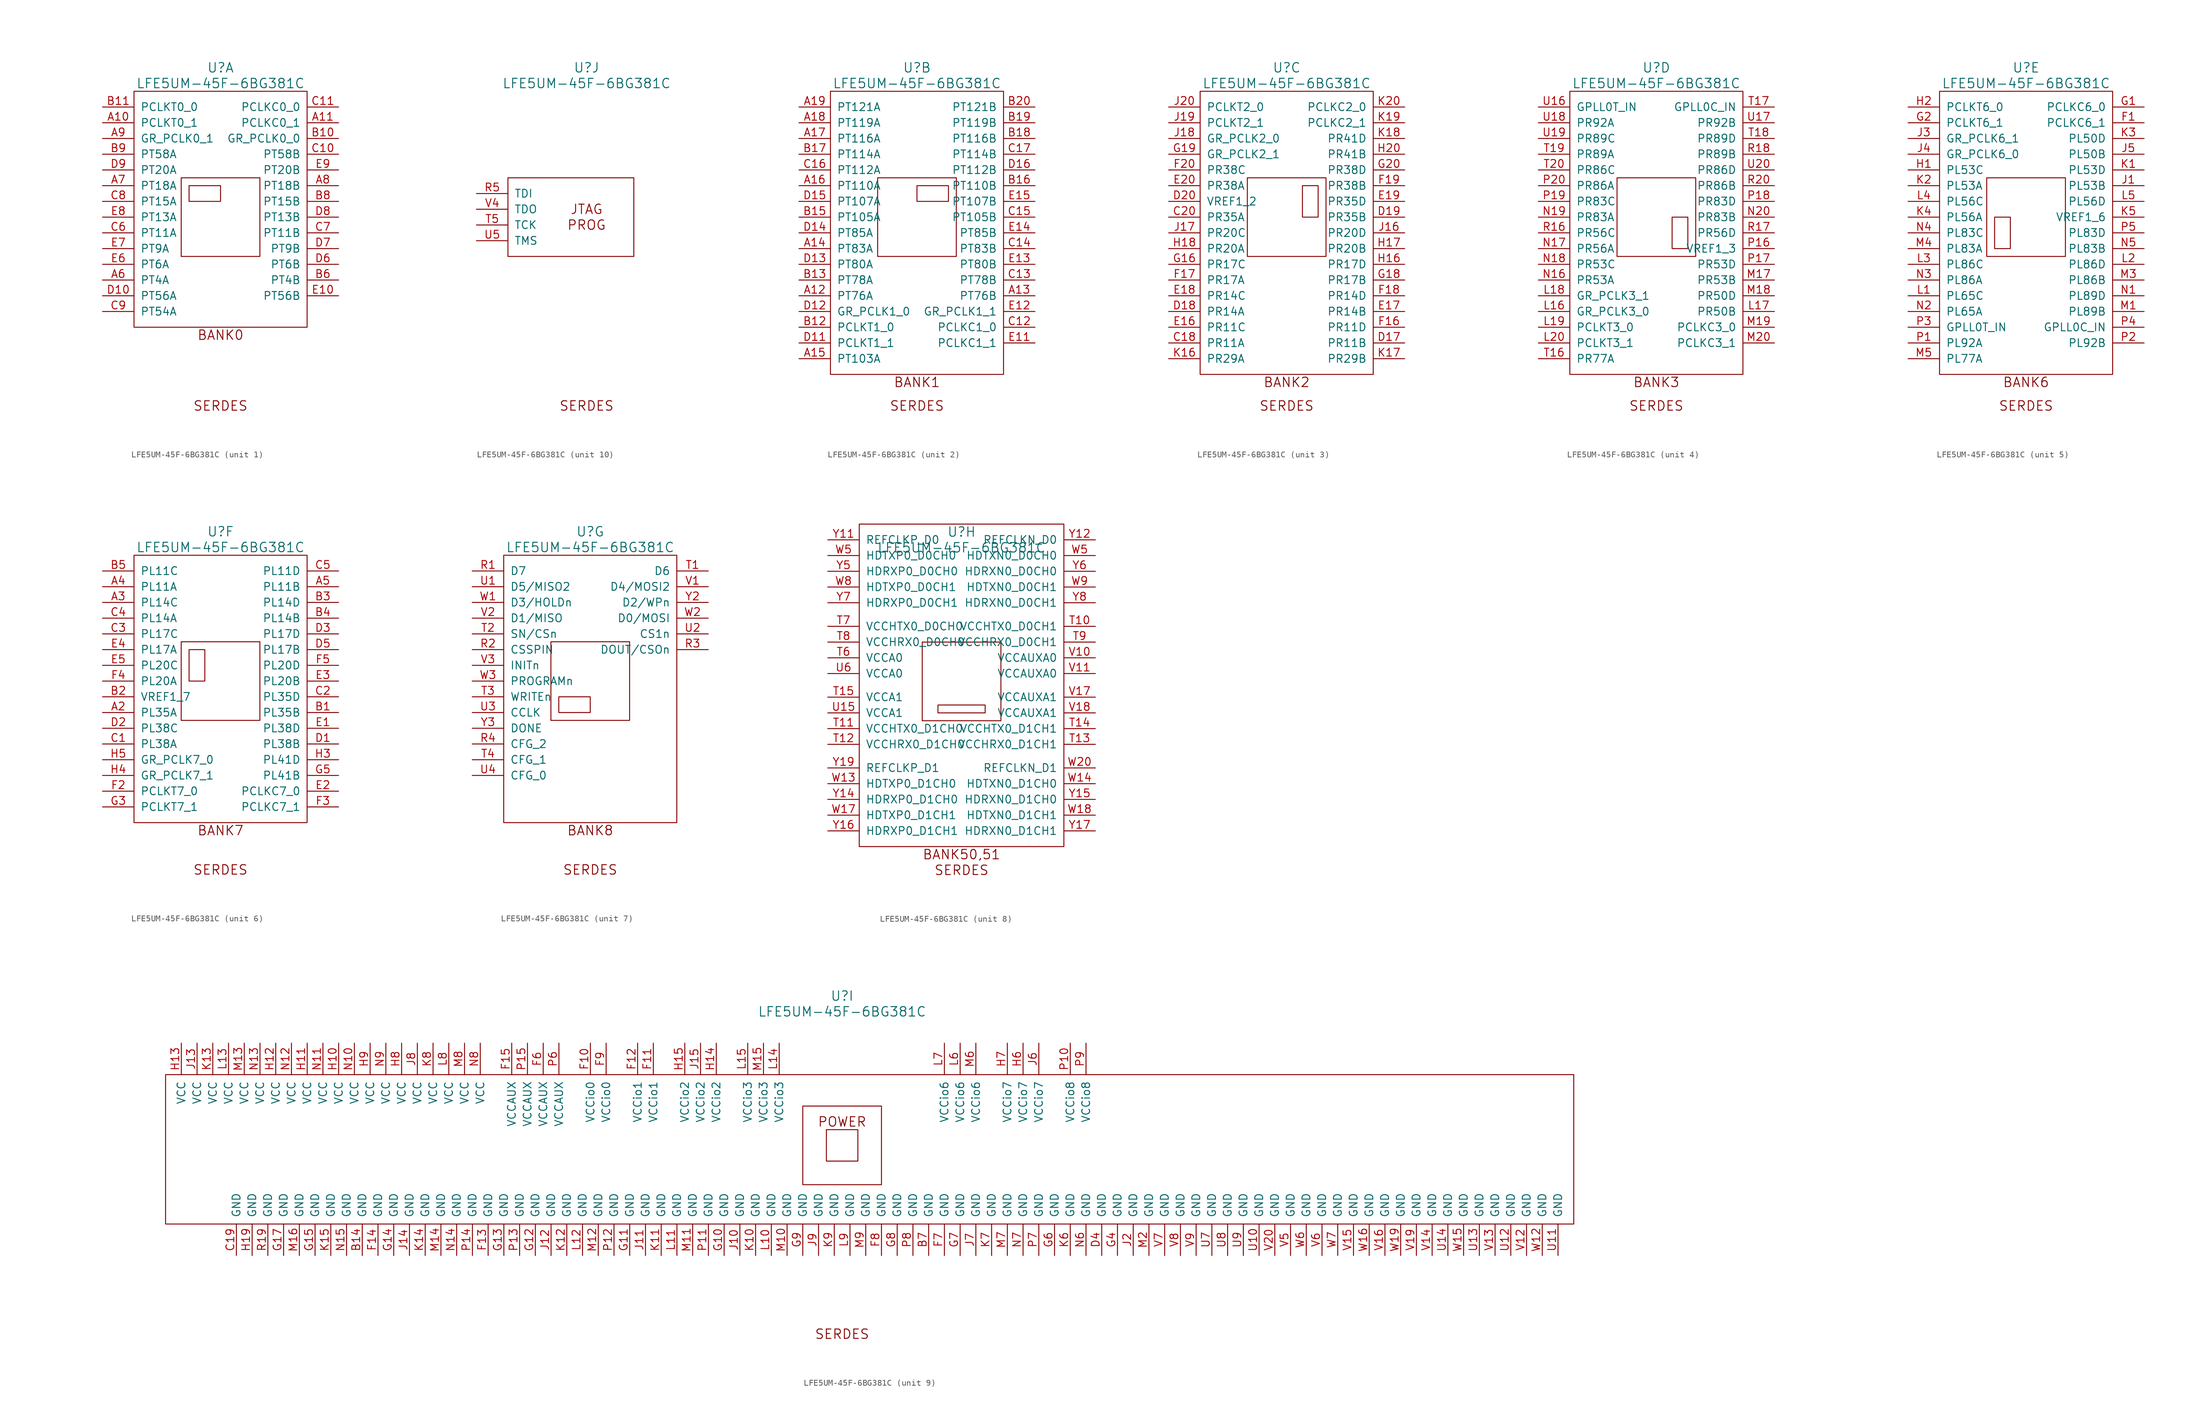
<source format=kicad_sym>
(kicad_symbol_lib
  (version 20241209)
  (generator "kicad_symbol_editor")
  (generator_version "9.0")
  (symbol "LFE5UM-45F-6BG381C"
    (pin_names
      (offset 1.016))
    (property "Reference" "U"
      (at 0 24.13 0)
      (effects (font (size 1.524 1.524))))
    (property "Value" "LFE5UM-45F-6BG381C"
      (at 0 21.59 0)
      (effects (font (size 1.524 1.524))))
    (property "Footprint" ""
      (at -26.67 24.13 0)
      (effects (font (size 1.524 1.524))))
    (property "Datasheet" ""
      (at -26.67 24.13 0)
      (effects (font (size 1.524 1.524))))
    (property "ki_locked" ""
      (at 0 0 0)
      (effects (font (size 1.27 1.27))))
    (symbol "LFE5UM-45F-6BG381C_0_0"
      (text "SERDES" (at 0 -30.48 0) (effects (font (size 1.524 1.524)))))
    (symbol "LFE5UM-45F-6BG381C_1_1"
      (rectangle (start -13.97 20.32) (end 13.97 -17.78) (stroke (width 0) (type solid)) (fill (type none)))
      (rectangle (start -6.35 6.35) (end 6.35 -6.35) (stroke (width 0) (type solid)) (fill (type none)))
      (rectangle (start -5.08 5.08) (end 0 2.54) (stroke (width 0) (type solid)) (fill (type none)))
      (text "BANK0" (at 0 -19.05 0) (effects (font (size 1.524 1.524))))
      (pin input line (at -19.05 17.78 0) (length 5.08) (name "PCLKT0_0" (effects (font (size 1.27 1.27)))) (number "B11" (effects (font (size 1.27 1.27)))))
      (pin input line (at -19.05 15.24 0) (length 5.08) (name "PCLKT0_1" (effects (font (size 1.27 1.27)))) (number "A10" (effects (font (size 1.27 1.27)))))
      (pin input line (at -19.05 12.7 0) (length 5.08) (name "GR_PCLK0_1" (effects (font (size 1.27 1.27)))) (number "A9" (effects (font (size 1.27 1.27)))))
      (pin input line (at -19.05 10.16 0) (length 5.08) (name "PT58A" (effects (font (size 1.27 1.27)))) (number "B9" (effects (font (size 1.27 1.27)))))
      (pin input line (at -19.05 7.62 0) (length 5.08) (name "PT20A" (effects (font (size 1.27 1.27)))) (number "D9" (effects (font (size 1.27 1.27)))))
      (pin input line (at -19.05 5.08 0) (length 5.08) (name "PT18A" (effects (font (size 1.27 1.27)))) (number "A7" (effects (font (size 1.27 1.27)))))
      (pin input line (at -19.05 2.54 0) (length 5.08) (name "PT15A" (effects (font (size 1.27 1.27)))) (number "C8" (effects (font (size 1.27 1.27)))))
      (pin input line (at -19.05 0 0) (length 5.08) (name "PT13A" (effects (font (size 1.27 1.27)))) (number "E8" (effects (font (size 1.27 1.27)))))
      (pin input line (at -19.05 -2.54 0) (length 5.08) (name "PT11A" (effects (font (size 1.27 1.27)))) (number "C6" (effects (font (size 1.27 1.27)))))
      (pin input line (at -19.05 -5.08 0) (length 5.08) (name "PT9A" (effects (font (size 1.27 1.27)))) (number "E7" (effects (font (size 1.27 1.27)))))
      (pin input line (at -19.05 -7.62 0) (length 5.08) (name "PT6A" (effects (font (size 1.27 1.27)))) (number "E6" (effects (font (size 1.27 1.27)))))
      (pin input line (at -19.05 -10.16 0) (length 5.08) (name "PT4A" (effects (font (size 1.27 1.27)))) (number "A6" (effects (font (size 1.27 1.27)))))
      (pin input line (at -19.05 -12.7 0) (length 5.08) (name "PT56A" (effects (font (size 1.27 1.27)))) (number "D10" (effects (font (size 1.27 1.27)))))
      (pin input line (at -19.05 -15.24 0) (length 5.08) (name "PT54A" (effects (font (size 1.27 1.27)))) (number "C9" (effects (font (size 1.27 1.27)))))
      (pin input line (at 19.05 17.78 180) (length 5.08) (name "PCLKC0_0" (effects (font (size 1.27 1.27)))) (number "C11" (effects (font (size 1.27 1.27)))))
      (pin input line (at 19.05 15.24 180) (length 5.08) (name "PCLKC0_1" (effects (font (size 1.27 1.27)))) (number "A11" (effects (font (size 1.27 1.27)))))
      (pin input line (at 19.05 12.7 180) (length 5.08) (name "GR_PCLK0_0" (effects (font (size 1.27 1.27)))) (number "B10" (effects (font (size 1.27 1.27)))))
      (pin input line (at 19.05 10.16 180) (length 5.08) (name "PT58B" (effects (font (size 1.27 1.27)))) (number "C10" (effects (font (size 1.27 1.27)))))
      (pin input line (at 19.05 7.62 180) (length 5.08) (name "PT20B" (effects (font (size 1.27 1.27)))) (number "E9" (effects (font (size 1.27 1.27)))))
      (pin input line (at 19.05 5.08 180) (length 5.08) (name "PT18B" (effects (font (size 1.27 1.27)))) (number "A8" (effects (font (size 1.27 1.27)))))
      (pin input line (at 19.05 2.54 180) (length 5.08) (name "PT15B" (effects (font (size 1.27 1.27)))) (number "B8" (effects (font (size 1.27 1.27)))))
      (pin input line (at 19.05 0 180) (length 5.08) (name "PT13B" (effects (font (size 1.27 1.27)))) (number "D8" (effects (font (size 1.27 1.27)))))
      (pin input line (at 19.05 -2.54 180) (length 5.08) (name "PT11B" (effects (font (size 1.27 1.27)))) (number "C7" (effects (font (size 1.27 1.27)))))
      (pin input line (at 19.05 -5.08 180) (length 5.08) (name "PT9B" (effects (font (size 1.27 1.27)))) (number "D7" (effects (font (size 1.27 1.27)))))
      (pin input line (at 19.05 -7.62 180) (length 5.08) (name "PT6B" (effects (font (size 1.27 1.27)))) (number "D6" (effects (font (size 1.27 1.27)))))
      (pin input line (at 19.05 -10.16 180) (length 5.08) (name "PT4B" (effects (font (size 1.27 1.27)))) (number "B6" (effects (font (size 1.27 1.27)))))
      (pin input line (at 19.05 -12.7 180) (length 5.08) (name "PT56B" (effects (font (size 1.27 1.27)))) (number "E10" (effects (font (size 1.27 1.27))))))
    (symbol "LFE5UM-45F-6BG381C_2_0"
      (text "BANK1" (at 0 -26.67 0) (effects (font (size 1.524 1.524)))))
    (symbol "LFE5UM-45F-6BG381C_2_1"
      (rectangle (start -13.97 20.32) (end 13.97 -25.4) (stroke (width 0) (type solid)) (fill (type none)))
      (rectangle (start -6.35 6.35) (end 6.35 -6.35) (stroke (width 0) (type solid)) (fill (type none)))
      (rectangle (start 0 5.08) (end 5.08 2.54) (stroke (width 0) (type solid)) (fill (type none)))
      (pin input line (at -19.05 17.78 0) (length 5.08) (name "PT121A" (effects (font (size 1.27 1.27)))) (number "A19" (effects (font (size 1.27 1.27)))))
      (pin input line (at -19.05 15.24 0) (length 5.08) (name "PT119A" (effects (font (size 1.27 1.27)))) (number "A18" (effects (font (size 1.27 1.27)))))
      (pin input line (at -19.05 12.7 0) (length 5.08) (name "PT116A" (effects (font (size 1.27 1.27)))) (number "A17" (effects (font (size 1.27 1.27)))))
      (pin input line (at -19.05 10.16 0) (length 5.08) (name "PT114A" (effects (font (size 1.27 1.27)))) (number "B17" (effects (font (size 1.27 1.27)))))
      (pin input line (at -19.05 7.62 0) (length 5.08) (name "PT112A" (effects (font (size 1.27 1.27)))) (number "C16" (effects (font (size 1.27 1.27)))))
      (pin input line (at -19.05 5.08 0) (length 5.08) (name "PT110A" (effects (font (size 1.27 1.27)))) (number "A16" (effects (font (size 1.27 1.27)))))
      (pin input line (at -19.05 2.54 0) (length 5.08) (name "PT107A" (effects (font (size 1.27 1.27)))) (number "D15" (effects (font (size 1.27 1.27)))))
      (pin input line (at -19.05 0 0) (length 5.08) (name "PT105A" (effects (font (size 1.27 1.27)))) (number "B15" (effects (font (size 1.27 1.27)))))
      (pin input line (at -19.05 -2.54 0) (length 5.08) (name "PT85A" (effects (font (size 1.27 1.27)))) (number "D14" (effects (font (size 1.27 1.27)))))
      (pin input line (at -19.05 -5.08 0) (length 5.08) (name "PT83A" (effects (font (size 1.27 1.27)))) (number "A14" (effects (font (size 1.27 1.27)))))
      (pin input line (at -19.05 -7.62 0) (length 5.08) (name "PT80A" (effects (font (size 1.27 1.27)))) (number "D13" (effects (font (size 1.27 1.27)))))
      (pin input line (at -19.05 -10.16 0) (length 5.08) (name "PT78A" (effects (font (size 1.27 1.27)))) (number "B13" (effects (font (size 1.27 1.27)))))
      (pin input line (at -19.05 -12.7 0) (length 5.08) (name "PT76A" (effects (font (size 1.27 1.27)))) (number "A12" (effects (font (size 1.27 1.27)))))
      (pin input line (at -19.05 -15.24 0) (length 5.08) (name "GR_PCLK1_0" (effects (font (size 1.27 1.27)))) (number "D12" (effects (font (size 1.27 1.27)))))
      (pin input line (at -19.05 -17.78 0) (length 5.08) (name "PCLKT1_0" (effects (font (size 1.27 1.27)))) (number "B12" (effects (font (size 1.27 1.27)))))
      (pin input line (at -19.05 -20.32 0) (length 5.08) (name "PCLKT1_1" (effects (font (size 1.27 1.27)))) (number "D11" (effects (font (size 1.27 1.27)))))
      (pin input line (at -19.05 -22.86 0) (length 5.08) (name "PT103A" (effects (font (size 1.27 1.27)))) (number "A15" (effects (font (size 1.27 1.27)))))
      (pin input line (at 19.05 17.78 180) (length 5.08) (name "PT121B" (effects (font (size 1.27 1.27)))) (number "B20" (effects (font (size 1.27 1.27)))))
      (pin input line (at 19.05 15.24 180) (length 5.08) (name "PT119B" (effects (font (size 1.27 1.27)))) (number "B19" (effects (font (size 1.27 1.27)))))
      (pin input line (at 19.05 12.7 180) (length 5.08) (name "PT116B" (effects (font (size 1.27 1.27)))) (number "B18" (effects (font (size 1.27 1.27)))))
      (pin input line (at 19.05 10.16 180) (length 5.08) (name "PT114B" (effects (font (size 1.27 1.27)))) (number "C17" (effects (font (size 1.27 1.27)))))
      (pin input line (at 19.05 7.62 180) (length 5.08) (name "PT112B" (effects (font (size 1.27 1.27)))) (number "D16" (effects (font (size 1.27 1.27)))))
      (pin input line (at 19.05 5.08 180) (length 5.08) (name "PT110B" (effects (font (size 1.27 1.27)))) (number "B16" (effects (font (size 1.27 1.27)))))
      (pin input line (at 19.05 2.54 180) (length 5.08) (name "PT107B" (effects (font (size 1.27 1.27)))) (number "E15" (effects (font (size 1.27 1.27)))))
      (pin input line (at 19.05 0 180) (length 5.08) (name "PT105B" (effects (font (size 1.27 1.27)))) (number "C15" (effects (font (size 1.27 1.27)))))
      (pin input line (at 19.05 -2.54 180) (length 5.08) (name "PT85B" (effects (font (size 1.27 1.27)))) (number "E14" (effects (font (size 1.27 1.27)))))
      (pin input line (at 19.05 -5.08 180) (length 5.08) (name "PT83B" (effects (font (size 1.27 1.27)))) (number "C14" (effects (font (size 1.27 1.27)))))
      (pin input line (at 19.05 -7.62 180) (length 5.08) (name "PT80B" (effects (font (size 1.27 1.27)))) (number "E13" (effects (font (size 1.27 1.27)))))
      (pin input line (at 19.05 -10.16 180) (length 5.08) (name "PT78B" (effects (font (size 1.27 1.27)))) (number "C13" (effects (font (size 1.27 1.27)))))
      (pin input line (at 19.05 -12.7 180) (length 5.08) (name "PT76B" (effects (font (size 1.27 1.27)))) (number "A13" (effects (font (size 1.27 1.27)))))
      (pin input line (at 19.05 -15.24 180) (length 5.08) (name "GR_PCLK1_1" (effects (font (size 1.27 1.27)))) (number "E12" (effects (font (size 1.27 1.27)))))
      (pin input line (at 19.05 -17.78 180) (length 5.08) (name "PCLKC1_0" (effects (font (size 1.27 1.27)))) (number "C12" (effects (font (size 1.27 1.27)))))
      (pin input line (at 19.05 -20.32 180) (length 5.08) (name "PCLKC1_1" (effects (font (size 1.27 1.27)))) (number "E11" (effects (font (size 1.27 1.27))))))
    (symbol "LFE5UM-45F-6BG381C_3_0"
      (text "BANK2" (at 0 -26.67 0) (effects (font (size 1.524 1.524)))))
    (symbol "LFE5UM-45F-6BG381C_3_1"
      (rectangle (start -13.97 20.32) (end 13.97 -25.4) (stroke (width 0) (type solid)) (fill (type none)))
      (rectangle (start -6.35 6.35) (end 6.35 -6.35) (stroke (width 0) (type solid)) (fill (type none)))
      (rectangle (start 5.08 5.08) (end 2.54 0) (stroke (width 0) (type solid)) (fill (type none)))
      (pin input line (at -19.05 17.78 0) (length 5.08) (name "PCLKT2_0" (effects (font (size 1.27 1.27)))) (number "J20" (effects (font (size 1.27 1.27)))))
      (pin input line (at -19.05 15.24 0) (length 5.08) (name "PCLKT2_1" (effects (font (size 1.27 1.27)))) (number "J19" (effects (font (size 1.27 1.27)))))
      (pin input line (at -19.05 12.7 0) (length 5.08) (name "GR_PCLK2_0" (effects (font (size 1.27 1.27)))) (number "J18" (effects (font (size 1.27 1.27)))))
      (pin input line (at -19.05 10.16 0) (length 5.08) (name "GR_PCLK2_1" (effects (font (size 1.27 1.27)))) (number "G19" (effects (font (size 1.27 1.27)))))
      (pin input line (at -19.05 7.62 0) (length 5.08) (name "PR38C" (effects (font (size 1.27 1.27)))) (number "F20" (effects (font (size 1.27 1.27)))))
      (pin input line (at -19.05 5.08 0) (length 5.08) (name "PR38A" (effects (font (size 1.27 1.27)))) (number "E20" (effects (font (size 1.27 1.27)))))
      (pin input line (at -19.05 2.54 0) (length 5.08) (name "VREF1_2" (effects (font (size 1.27 1.27)))) (number "D20" (effects (font (size 1.27 1.27)))))
      (pin input line (at -19.05 0 0) (length 5.08) (name "PR35A" (effects (font (size 1.27 1.27)))) (number "C20" (effects (font (size 1.27 1.27)))))
      (pin input line (at -19.05 -2.54 0) (length 5.08) (name "PR20C" (effects (font (size 1.27 1.27)))) (number "J17" (effects (font (size 1.27 1.27)))))
      (pin input line (at -19.05 -5.08 0) (length 5.08) (name "PR20A" (effects (font (size 1.27 1.27)))) (number "H18" (effects (font (size 1.27 1.27)))))
      (pin input line (at -19.05 -7.62 0) (length 5.08) (name "PR17C" (effects (font (size 1.27 1.27)))) (number "G16" (effects (font (size 1.27 1.27)))))
      (pin input line (at -19.05 -10.16 0) (length 5.08) (name "PR17A" (effects (font (size 1.27 1.27)))) (number "F17" (effects (font (size 1.27 1.27)))))
      (pin input line (at -19.05 -12.7 0) (length 5.08) (name "PR14C" (effects (font (size 1.27 1.27)))) (number "E18" (effects (font (size 1.27 1.27)))))
      (pin input line (at -19.05 -15.24 0) (length 5.08) (name "PR14A" (effects (font (size 1.27 1.27)))) (number "D18" (effects (font (size 1.27 1.27)))))
      (pin input line (at -19.05 -17.78 0) (length 5.08) (name "PR11C" (effects (font (size 1.27 1.27)))) (number "E16" (effects (font (size 1.27 1.27)))))
      (pin input line (at -19.05 -20.32 0) (length 5.08) (name "PR11A" (effects (font (size 1.27 1.27)))) (number "C18" (effects (font (size 1.27 1.27)))))
      (pin input line (at -19.05 -22.86 0) (length 5.08) (name "PR29A" (effects (font (size 1.27 1.27)))) (number "K16" (effects (font (size 1.27 1.27)))))
      (pin input line (at 19.05 17.78 180) (length 5.08) (name "PCLKC2_0" (effects (font (size 1.27 1.27)))) (number "K20" (effects (font (size 1.27 1.27)))))
      (pin input line (at 19.05 15.24 180) (length 5.08) (name "PCLKC2_1" (effects (font (size 1.27 1.27)))) (number "K19" (effects (font (size 1.27 1.27)))))
      (pin input line (at 19.05 12.7 180) (length 5.08) (name "PR41D" (effects (font (size 1.27 1.27)))) (number "K18" (effects (font (size 1.27 1.27)))))
      (pin input line (at 19.05 10.16 180) (length 5.08) (name "PR41B" (effects (font (size 1.27 1.27)))) (number "H20" (effects (font (size 1.27 1.27)))))
      (pin input line (at 19.05 7.62 180) (length 5.08) (name "PR38D" (effects (font (size 1.27 1.27)))) (number "G20" (effects (font (size 1.27 1.27)))))
      (pin input line (at 19.05 5.08 180) (length 5.08) (name "PR38B" (effects (font (size 1.27 1.27)))) (number "F19" (effects (font (size 1.27 1.27)))))
      (pin input line (at 19.05 2.54 180) (length 5.08) (name "PR35D" (effects (font (size 1.27 1.27)))) (number "E19" (effects (font (size 1.27 1.27)))))
      (pin input line (at 19.05 0 180) (length 5.08) (name "PR35B" (effects (font (size 1.27 1.27)))) (number "D19" (effects (font (size 1.27 1.27)))))
      (pin input line (at 19.05 -2.54 180) (length 5.08) (name "PR20D" (effects (font (size 1.27 1.27)))) (number "J16" (effects (font (size 1.27 1.27)))))
      (pin input line (at 19.05 -5.08 180) (length 5.08) (name "PR20B" (effects (font (size 1.27 1.27)))) (number "H17" (effects (font (size 1.27 1.27)))))
      (pin input line (at 19.05 -7.62 180) (length 5.08) (name "PR17D" (effects (font (size 1.27 1.27)))) (number "H16" (effects (font (size 1.27 1.27)))))
      (pin input line (at 19.05 -10.16 180) (length 5.08) (name "PR17B" (effects (font (size 1.27 1.27)))) (number "G18" (effects (font (size 1.27 1.27)))))
      (pin input line (at 19.05 -12.7 180) (length 5.08) (name "PR14D" (effects (font (size 1.27 1.27)))) (number "F18" (effects (font (size 1.27 1.27)))))
      (pin input line (at 19.05 -15.24 180) (length 5.08) (name "PR14B" (effects (font (size 1.27 1.27)))) (number "E17" (effects (font (size 1.27 1.27)))))
      (pin input line (at 19.05 -17.78 180) (length 5.08) (name "PR11D" (effects (font (size 1.27 1.27)))) (number "F16" (effects (font (size 1.27 1.27)))))
      (pin input line (at 19.05 -20.32 180) (length 5.08) (name "PR11B" (effects (font (size 1.27 1.27)))) (number "D17" (effects (font (size 1.27 1.27)))))
      (pin input line (at 19.05 -22.86 180) (length 5.08) (name "PR29B" (effects (font (size 1.27 1.27)))) (number "K17" (effects (font (size 1.27 1.27))))))
    (symbol "LFE5UM-45F-6BG381C_4_0"
      (text "BANK3" (at 0 -26.67 0) (effects (font (size 1.524 1.524)))))
    (symbol "LFE5UM-45F-6BG381C_4_1"
      (rectangle (start -13.97 20.32) (end 13.97 -25.4) (stroke (width 0) (type solid)) (fill (type none)))
      (rectangle (start -6.35 6.35) (end 6.35 -6.35) (stroke (width 0) (type solid)) (fill (type none)))
      (rectangle (start 2.54 0) (end 5.08 -5.08) (stroke (width 0) (type solid)) (fill (type none)))
      (pin input line (at -19.05 17.78 0) (length 5.08) (name "GPLL0T_IN" (effects (font (size 1.27 1.27)))) (number "U16" (effects (font (size 1.27 1.27)))))
      (pin input line (at -19.05 15.24 0) (length 5.08) (name "PR92A" (effects (font (size 1.27 1.27)))) (number "U18" (effects (font (size 1.27 1.27)))))
      (pin input line (at -19.05 12.7 0) (length 5.08) (name "PR89C" (effects (font (size 1.27 1.27)))) (number "U19" (effects (font (size 1.27 1.27)))))
      (pin input line (at -19.05 10.16 0) (length 5.08) (name "PR89A" (effects (font (size 1.27 1.27)))) (number "T19" (effects (font (size 1.27 1.27)))))
      (pin input line (at -19.05 7.62 0) (length 5.08) (name "PR86C" (effects (font (size 1.27 1.27)))) (number "T20" (effects (font (size 1.27 1.27)))))
      (pin input line (at -19.05 5.08 0) (length 5.08) (name "PR86A" (effects (font (size 1.27 1.27)))) (number "P20" (effects (font (size 1.27 1.27)))))
      (pin input line (at -19.05 2.54 0) (length 5.08) (name "PR83C" (effects (font (size 1.27 1.27)))) (number "P19" (effects (font (size 1.27 1.27)))))
      (pin input line (at -19.05 0 0) (length 5.08) (name "PR83A" (effects (font (size 1.27 1.27)))) (number "N19" (effects (font (size 1.27 1.27)))))
      (pin input line (at -19.05 -2.54 0) (length 5.08) (name "PR56C" (effects (font (size 1.27 1.27)))) (number "R16" (effects (font (size 1.27 1.27)))))
      (pin input line (at -19.05 -5.08 0) (length 5.08) (name "PR56A" (effects (font (size 1.27 1.27)))) (number "N17" (effects (font (size 1.27 1.27)))))
      (pin input line (at -19.05 -7.62 0) (length 5.08) (name "PR53C" (effects (font (size 1.27 1.27)))) (number "N18" (effects (font (size 1.27 1.27)))))
      (pin input line (at -19.05 -10.16 0) (length 5.08) (name "PR53A" (effects (font (size 1.27 1.27)))) (number "N16" (effects (font (size 1.27 1.27)))))
      (pin input line (at -19.05 -12.7 0) (length 5.08) (name "GR_PCLK3_1" (effects (font (size 1.27 1.27)))) (number "L18" (effects (font (size 1.27 1.27)))))
      (pin input line (at -19.05 -15.24 0) (length 5.08) (name "GR_PCLK3_0" (effects (font (size 1.27 1.27)))) (number "L16" (effects (font (size 1.27 1.27)))))
      (pin input line (at -19.05 -17.78 0) (length 5.08) (name "PCLKT3_0" (effects (font (size 1.27 1.27)))) (number "L19" (effects (font (size 1.27 1.27)))))
      (pin input line (at -19.05 -20.32 0) (length 5.08) (name "PCLKT3_1" (effects (font (size 1.27 1.27)))) (number "L20" (effects (font (size 1.27 1.27)))))
      (pin input line (at -19.05 -22.86 0) (length 5.08) (name "PR77A" (effects (font (size 1.27 1.27)))) (number "T16" (effects (font (size 1.27 1.27)))))
      (pin input line (at 19.05 17.78 180) (length 5.08) (name "GPLL0C_IN" (effects (font (size 1.27 1.27)))) (number "T17" (effects (font (size 1.27 1.27)))))
      (pin input line (at 19.05 15.24 180) (length 5.08) (name "PR92B" (effects (font (size 1.27 1.27)))) (number "U17" (effects (font (size 1.27 1.27)))))
      (pin input line (at 19.05 12.7 180) (length 5.08) (name "PR89D" (effects (font (size 1.27 1.27)))) (number "T18" (effects (font (size 1.27 1.27)))))
      (pin input line (at 19.05 10.16 180) (length 5.08) (name "PR89B" (effects (font (size 1.27 1.27)))) (number "R18" (effects (font (size 1.27 1.27)))))
      (pin input line (at 19.05 7.62 180) (length 5.08) (name "PR86D" (effects (font (size 1.27 1.27)))) (number "U20" (effects (font (size 1.27 1.27)))))
      (pin input line (at 19.05 5.08 180) (length 5.08) (name "PR86B" (effects (font (size 1.27 1.27)))) (number "R20" (effects (font (size 1.27 1.27)))))
      (pin input line (at 19.05 2.54 180) (length 5.08) (name "PR83D" (effects (font (size 1.27 1.27)))) (number "P18" (effects (font (size 1.27 1.27)))))
      (pin input line (at 19.05 0 180) (length 5.08) (name "PR83B" (effects (font (size 1.27 1.27)))) (number "N20" (effects (font (size 1.27 1.27)))))
      (pin input line (at 19.05 -2.54 180) (length 5.08) (name "PR56D" (effects (font (size 1.27 1.27)))) (number "R17" (effects (font (size 1.27 1.27)))))
      (pin input line (at 19.05 -5.08 180) (length 5.08) (name "VREF1_3" (effects (font (size 1.27 1.27)))) (number "P16" (effects (font (size 1.27 1.27)))))
      (pin input line (at 19.05 -7.62 180) (length 5.08) (name "PR53D" (effects (font (size 1.27 1.27)))) (number "P17" (effects (font (size 1.27 1.27)))))
      (pin input line (at 19.05 -10.16 180) (length 5.08) (name "PR53B" (effects (font (size 1.27 1.27)))) (number "M17" (effects (font (size 1.27 1.27)))))
      (pin input line (at 19.05 -12.7 180) (length 5.08) (name "PR50D" (effects (font (size 1.27 1.27)))) (number "M18" (effects (font (size 1.27 1.27)))))
      (pin input line (at 19.05 -15.24 180) (length 5.08) (name "PR50B" (effects (font (size 1.27 1.27)))) (number "L17" (effects (font (size 1.27 1.27)))))
      (pin input line (at 19.05 -17.78 180) (length 5.08) (name "PCLKC3_0" (effects (font (size 1.27 1.27)))) (number "M19" (effects (font (size 1.27 1.27)))))
      (pin input line (at 19.05 -20.32 180) (length 5.08) (name "PCLKC3_1" (effects (font (size 1.27 1.27)))) (number "M20" (effects (font (size 1.27 1.27))))))
    (symbol "LFE5UM-45F-6BG381C_5_0"
      (text "BANK6" (at 0 -26.67 0) (effects (font (size 1.524 1.524)))))
    (symbol "LFE5UM-45F-6BG381C_5_1"
      (rectangle (start -13.97 20.32) (end 13.97 -25.4) (stroke (width 0) (type solid)) (fill (type none)))
      (rectangle (start -6.35 6.35) (end 6.35 -6.35) (stroke (width 0) (type solid)) (fill (type none)))
      (rectangle (start -5.08 0) (end -2.54 -5.08) (stroke (width 0) (type solid)) (fill (type none)))
      (pin input line (at -19.05 17.78 0) (length 5.08) (name "PCLKT6_0" (effects (font (size 1.27 1.27)))) (number "H2" (effects (font (size 1.27 1.27)))))
      (pin input line (at -19.05 15.24 0) (length 5.08) (name "PCLKT6_1" (effects (font (size 1.27 1.27)))) (number "G2" (effects (font (size 1.27 1.27)))))
      (pin input line (at -19.05 12.7 0) (length 5.08) (name "GR_PCLK6_1" (effects (font (size 1.27 1.27)))) (number "J3" (effects (font (size 1.27 1.27)))))
      (pin input line (at -19.05 10.16 0) (length 5.08) (name "GR_PCLK6_0" (effects (font (size 1.27 1.27)))) (number "J4" (effects (font (size 1.27 1.27)))))
      (pin input line (at -19.05 7.62 0) (length 5.08) (name "PL53C" (effects (font (size 1.27 1.27)))) (number "H1" (effects (font (size 1.27 1.27)))))
      (pin input line (at -19.05 5.08 0) (length 5.08) (name "PL53A" (effects (font (size 1.27 1.27)))) (number "K2" (effects (font (size 1.27 1.27)))))
      (pin input line (at -19.05 2.54 0) (length 5.08) (name "PL56C" (effects (font (size 1.27 1.27)))) (number "L4" (effects (font (size 1.27 1.27)))))
      (pin input line (at -19.05 0 0) (length 5.08) (name "PL56A" (effects (font (size 1.27 1.27)))) (number "K4" (effects (font (size 1.27 1.27)))))
      (pin input line (at -19.05 -2.54 0) (length 5.08) (name "PL83C" (effects (font (size 1.27 1.27)))) (number "N4" (effects (font (size 1.27 1.27)))))
      (pin input line (at -19.05 -5.08 0) (length 5.08) (name "PL83A" (effects (font (size 1.27 1.27)))) (number "M4" (effects (font (size 1.27 1.27)))))
      (pin input line (at -19.05 -7.62 0) (length 5.08) (name "PL86C" (effects (font (size 1.27 1.27)))) (number "L3" (effects (font (size 1.27 1.27)))))
      (pin input line (at -19.05 -10.16 0) (length 5.08) (name "PL86A" (effects (font (size 1.27 1.27)))) (number "N3" (effects (font (size 1.27 1.27)))))
      (pin input line (at -19.05 -12.7 0) (length 5.08) (name "PL65C" (effects (font (size 1.27 1.27)))) (number "L1" (effects (font (size 1.27 1.27)))))
      (pin input line (at -19.05 -15.24 0) (length 5.08) (name "PL65A" (effects (font (size 1.27 1.27)))) (number "N2" (effects (font (size 1.27 1.27)))))
      (pin input line (at -19.05 -17.78 0) (length 5.08) (name "GPLL0T_IN" (effects (font (size 1.27 1.27)))) (number "P3" (effects (font (size 1.27 1.27)))))
      (pin input line (at -19.05 -20.32 0) (length 5.08) (name "PL92A" (effects (font (size 1.27 1.27)))) (number "P1" (effects (font (size 1.27 1.27)))))
      (pin input line (at -19.05 -22.86 0) (length 5.08) (name "PL77A" (effects (font (size 1.27 1.27)))) (number "M5" (effects (font (size 1.27 1.27)))))
      (pin input line (at 19.05 17.78 180) (length 5.08) (name "PCLKC6_0" (effects (font (size 1.27 1.27)))) (number "G1" (effects (font (size 1.27 1.27)))))
      (pin input line (at 19.05 15.24 180) (length 5.08) (name "PCLKC6_1" (effects (font (size 1.27 1.27)))) (number "F1" (effects (font (size 1.27 1.27)))))
      (pin input line (at 19.05 12.7 180) (length 5.08) (name "PL50D" (effects (font (size 1.27 1.27)))) (number "K3" (effects (font (size 1.27 1.27)))))
      (pin input line (at 19.05 10.16 180) (length 5.08) (name "PL50B" (effects (font (size 1.27 1.27)))) (number "J5" (effects (font (size 1.27 1.27)))))
      (pin input line (at 19.05 7.62 180) (length 5.08) (name "PL53D" (effects (font (size 1.27 1.27)))) (number "K1" (effects (font (size 1.27 1.27)))))
      (pin input line (at 19.05 5.08 180) (length 5.08) (name "PL53B" (effects (font (size 1.27 1.27)))) (number "J1" (effects (font (size 1.27 1.27)))))
      (pin input line (at 19.05 2.54 180) (length 5.08) (name "PL56D" (effects (font (size 1.27 1.27)))) (number "L5" (effects (font (size 1.27 1.27)))))
      (pin input line (at 19.05 0 180) (length 5.08) (name "VREF1_6" (effects (font (size 1.27 1.27)))) (number "K5" (effects (font (size 1.27 1.27)))))
      (pin input line (at 19.05 -2.54 180) (length 5.08) (name "PL83D" (effects (font (size 1.27 1.27)))) (number "P5" (effects (font (size 1.27 1.27)))))
      (pin input line (at 19.05 -5.08 180) (length 5.08) (name "PL83B" (effects (font (size 1.27 1.27)))) (number "N5" (effects (font (size 1.27 1.27)))))
      (pin input line (at 19.05 -7.62 180) (length 5.08) (name "PL86D" (effects (font (size 1.27 1.27)))) (number "L2" (effects (font (size 1.27 1.27)))))
      (pin input line (at 19.05 -10.16 180) (length 5.08) (name "PL86B" (effects (font (size 1.27 1.27)))) (number "M3" (effects (font (size 1.27 1.27)))))
      (pin input line (at 19.05 -12.7 180) (length 5.08) (name "PL89D" (effects (font (size 1.27 1.27)))) (number "N1" (effects (font (size 1.27 1.27)))))
      (pin input line (at 19.05 -15.24 180) (length 5.08) (name "PL89B" (effects (font (size 1.27 1.27)))) (number "M1" (effects (font (size 1.27 1.27)))))
      (pin input line (at 19.05 -17.78 180) (length 5.08) (name "GPLL0C_IN" (effects (font (size 1.27 1.27)))) (number "P4" (effects (font (size 1.27 1.27)))))
      (pin input line (at 19.05 -20.32 180) (length 5.08) (name "PL92B" (effects (font (size 1.27 1.27)))) (number "P2" (effects (font (size 1.27 1.27))))))
    (symbol "LFE5UM-45F-6BG381C_6_0"
      (text "BANK7" (at 0 -24.13 0) (effects (font (size 1.524 1.524)))))
    (symbol "LFE5UM-45F-6BG381C_6_1"
      (rectangle (start -13.97 20.32) (end 13.97 -22.86) (stroke (width 0) (type solid)) (fill (type none)))
      (rectangle (start -6.35 6.35) (end 6.35 -6.35) (stroke (width 0) (type solid)) (fill (type none)))
      (rectangle (start -5.08 5.08) (end -2.54 0) (stroke (width 0) (type solid)) (fill (type none)))
      (pin input line (at -19.05 17.78 0) (length 5.08) (name "PL11C" (effects (font (size 1.27 1.27)))) (number "B5" (effects (font (size 1.27 1.27)))))
      (pin input line (at -19.05 15.24 0) (length 5.08) (name "PL11A" (effects (font (size 1.27 1.27)))) (number "A4" (effects (font (size 1.27 1.27)))))
      (pin input line (at -19.05 12.7 0) (length 5.08) (name "PL14C" (effects (font (size 1.27 1.27)))) (number "A3" (effects (font (size 1.27 1.27)))))
      (pin input line (at -19.05 10.16 0) (length 5.08) (name "PL14A" (effects (font (size 1.27 1.27)))) (number "C4" (effects (font (size 1.27 1.27)))))
      (pin input line (at -19.05 7.62 0) (length 5.08) (name "PL17C" (effects (font (size 1.27 1.27)))) (number "C3" (effects (font (size 1.27 1.27)))))
      (pin input line (at -19.05 5.08 0) (length 5.08) (name "PL17A" (effects (font (size 1.27 1.27)))) (number "E4" (effects (font (size 1.27 1.27)))))
      (pin input line (at -19.05 2.54 0) (length 5.08) (name "PL20C" (effects (font (size 1.27 1.27)))) (number "E5" (effects (font (size 1.27 1.27)))))
      (pin input line (at -19.05 0 0) (length 5.08) (name "PL20A" (effects (font (size 1.27 1.27)))) (number "F4" (effects (font (size 1.27 1.27)))))
      (pin input line (at -19.05 -2.54 0) (length 5.08) (name "VREF1_7" (effects (font (size 1.27 1.27)))) (number "B2" (effects (font (size 1.27 1.27)))))
      (pin input line (at -19.05 -5.08 0) (length 5.08) (name "PL35A" (effects (font (size 1.27 1.27)))) (number "A2" (effects (font (size 1.27 1.27)))))
      (pin input line (at -19.05 -7.62 0) (length 5.08) (name "PL38C" (effects (font (size 1.27 1.27)))) (number "D2" (effects (font (size 1.27 1.27)))))
      (pin input line (at -19.05 -10.16 0) (length 5.08) (name "PL38A" (effects (font (size 1.27 1.27)))) (number "C1" (effects (font (size 1.27 1.27)))))
      (pin input line (at -19.05 -12.7 0) (length 5.08) (name "GR_PCLK7_0" (effects (font (size 1.27 1.27)))) (number "H5" (effects (font (size 1.27 1.27)))))
      (pin input line (at -19.05 -15.24 0) (length 5.08) (name "GR_PCLK7_1" (effects (font (size 1.27 1.27)))) (number "H4" (effects (font (size 1.27 1.27)))))
      (pin input line (at -19.05 -17.78 0) (length 5.08) (name "PCLKT7_0" (effects (font (size 1.27 1.27)))) (number "F2" (effects (font (size 1.27 1.27)))))
      (pin input line (at -19.05 -20.32 0) (length 5.08) (name "PCLKT7_1" (effects (font (size 1.27 1.27)))) (number "G3" (effects (font (size 1.27 1.27)))))
      (pin input line (at 19.05 17.78 180) (length 5.08) (name "PL11D" (effects (font (size 1.27 1.27)))) (number "C5" (effects (font (size 1.27 1.27)))))
      (pin input line (at 19.05 15.24 180) (length 5.08) (name "PL11B" (effects (font (size 1.27 1.27)))) (number "A5" (effects (font (size 1.27 1.27)))))
      (pin input line (at 19.05 12.7 180) (length 5.08) (name "PL14D" (effects (font (size 1.27 1.27)))) (number "B3" (effects (font (size 1.27 1.27)))))
      (pin input line (at 19.05 10.16 180) (length 5.08) (name "PL14B" (effects (font (size 1.27 1.27)))) (number "B4" (effects (font (size 1.27 1.27)))))
      (pin input line (at 19.05 7.62 180) (length 5.08) (name "PL17D" (effects (font (size 1.27 1.27)))) (number "D3" (effects (font (size 1.27 1.27)))))
      (pin input line (at 19.05 5.08 180) (length 5.08) (name "PL17B" (effects (font (size 1.27 1.27)))) (number "D5" (effects (font (size 1.27 1.27)))))
      (pin input line (at 19.05 2.54 180) (length 5.08) (name "PL20D" (effects (font (size 1.27 1.27)))) (number "F5" (effects (font (size 1.27 1.27)))))
      (pin input line (at 19.05 0 180) (length 5.08) (name "PL20B" (effects (font (size 1.27 1.27)))) (number "E3" (effects (font (size 1.27 1.27)))))
      (pin input line (at 19.05 -2.54 180) (length 5.08) (name "PL35D" (effects (font (size 1.27 1.27)))) (number "C2" (effects (font (size 1.27 1.27)))))
      (pin input line (at 19.05 -5.08 180) (length 5.08) (name "PL35B" (effects (font (size 1.27 1.27)))) (number "B1" (effects (font (size 1.27 1.27)))))
      (pin input line (at 19.05 -7.62 180) (length 5.08) (name "PL38D" (effects (font (size 1.27 1.27)))) (number "E1" (effects (font (size 1.27 1.27)))))
      (pin input line (at 19.05 -10.16 180) (length 5.08) (name "PL38B" (effects (font (size 1.27 1.27)))) (number "D1" (effects (font (size 1.27 1.27)))))
      (pin input line (at 19.05 -12.7 180) (length 5.08) (name "PL41D" (effects (font (size 1.27 1.27)))) (number "H3" (effects (font (size 1.27 1.27)))))
      (pin input line (at 19.05 -15.24 180) (length 5.08) (name "PL41B" (effects (font (size 1.27 1.27)))) (number "G5" (effects (font (size 1.27 1.27)))))
      (pin input line (at 19.05 -17.78 180) (length 5.08) (name "PCLKC7_0" (effects (font (size 1.27 1.27)))) (number "E2" (effects (font (size 1.27 1.27)))))
      (pin input line (at 19.05 -20.32 180) (length 5.08) (name "PCLKC7_1" (effects (font (size 1.27 1.27)))) (number "F3" (effects (font (size 1.27 1.27))))))
    (symbol "LFE5UM-45F-6BG381C_7_0"
      (text "BANK8" (at 0 -24.13 0) (effects (font (size 1.524 1.524)))))
    (symbol "LFE5UM-45F-6BG381C_7_1"
      (rectangle (start -13.97 20.32) (end 13.97 -22.86) (stroke (width 0) (type solid)) (fill (type none)))
      (rectangle (start -6.35 6.35) (end 6.35 -6.35) (stroke (width 0) (type solid)) (fill (type none)))
      (rectangle (start -5.08 -5.08) (end 0 -2.54) (stroke (width 0) (type solid)) (fill (type none)))
      (pin input line (at -19.05 17.78 0) (length 5.08) (name "D7" (effects (font (size 1.27 1.27)))) (number "R1" (effects (font (size 1.27 1.27)))))
      (pin input line (at -19.05 15.24 0) (length 5.08) (name "D5/MISO2" (effects (font (size 1.27 1.27)))) (number "U1" (effects (font (size 1.27 1.27)))))
      (pin input line (at -19.05 12.7 0) (length 5.08) (name "D3/HOLDn" (effects (font (size 1.27 1.27)))) (number "W1" (effects (font (size 1.27 1.27)))))
      (pin input line (at -19.05 10.16 0) (length 5.08) (name "D1/MISO" (effects (font (size 1.27 1.27)))) (number "V2" (effects (font (size 1.27 1.27)))))
      (pin input line (at -19.05 7.62 0) (length 5.08) (name "SN/CSn" (effects (font (size 1.27 1.27)))) (number "T2" (effects (font (size 1.27 1.27)))))
      (pin input line (at -19.05 5.08 0) (length 5.08) (name "CSSPIN" (effects (font (size 1.27 1.27)))) (number "R2" (effects (font (size 1.27 1.27)))))
      (pin input line (at -19.05 2.54 0) (length 5.08) (name "INITn" (effects (font (size 1.27 1.27)))) (number "V3" (effects (font (size 1.27 1.27)))))
      (pin input line (at -19.05 0 0) (length 5.08) (name "PROGRAMn" (effects (font (size 1.27 1.27)))) (number "W3" (effects (font (size 1.27 1.27)))))
      (pin input line (at -19.05 -2.54 0) (length 5.08) (name "WRITEn" (effects (font (size 1.27 1.27)))) (number "T3" (effects (font (size 1.27 1.27)))))
      (pin input line (at -19.05 -5.08 0) (length 5.08) (name "CCLK" (effects (font (size 1.27 1.27)))) (number "U3" (effects (font (size 1.27 1.27)))))
      (pin input line (at -19.05 -7.62 0) (length 5.08) (name "DONE" (effects (font (size 1.27 1.27)))) (number "Y3" (effects (font (size 1.27 1.27)))))
      (pin input line (at -19.05 -10.16 0) (length 5.08) (name "CFG_2" (effects (font (size 1.27 1.27)))) (number "R4" (effects (font (size 1.27 1.27)))))
      (pin input line (at -19.05 -12.7 0) (length 5.08) (name "CFG_1" (effects (font (size 1.27 1.27)))) (number "T4" (effects (font (size 1.27 1.27)))))
      (pin input line (at -19.05 -15.24 0) (length 5.08) (name "CFG_0" (effects (font (size 1.27 1.27)))) (number "U4" (effects (font (size 1.27 1.27)))))
      (pin input line (at 19.05 17.78 180) (length 5.08) (name "D6" (effects (font (size 1.27 1.27)))) (number "T1" (effects (font (size 1.27 1.27)))))
      (pin input line (at 19.05 15.24 180) (length 5.08) (name "D4/MOSI2" (effects (font (size 1.27 1.27)))) (number "V1" (effects (font (size 1.27 1.27)))))
      (pin input line (at 19.05 12.7 180) (length 5.08) (name "D2/WPn" (effects (font (size 1.27 1.27)))) (number "Y2" (effects (font (size 1.27 1.27)))))
      (pin input line (at 19.05 10.16 180) (length 5.08) (name "D0/MOSI" (effects (font (size 1.27 1.27)))) (number "W2" (effects (font (size 1.27 1.27)))))
      (pin input line (at 19.05 7.62 180) (length 5.08) (name "CS1n" (effects (font (size 1.27 1.27)))) (number "U2" (effects (font (size 1.27 1.27)))))
      (pin input line (at 19.05 5.08 180) (length 5.08) (name "DOUT/CSOn" (effects (font (size 1.27 1.27)))) (number "R3" (effects (font (size 1.27 1.27))))))
    (symbol "LFE5UM-45F-6BG381C_8_0"
      (text "BANK50,51" (at 0 -27.94 0) (effects (font (size 1.524 1.524)))))
    (symbol "LFE5UM-45F-6BG381C_8_1"
      (rectangle (start -16.51 25.4) (end 16.51 -26.67) (stroke (width 0) (type solid)) (fill (type none)))
      (rectangle (start -6.35 6.35) (end 6.35 -6.35) (stroke (width 0) (type solid)) (fill (type none)))
      (rectangle (start 3.81 -5.08) (end -3.81 -3.81) (stroke (width 0) (type solid)) (fill (type none)))
      (pin input line (at -21.59 22.86 0) (length 5.08) (name "REFCLKP_D0" (effects (font (size 1.27 1.27)))) (number "Y11" (effects (font (size 1.27 1.27)))))
      (pin input line (at -21.59 20.32 0) (length 5.08) (name "HDTXP0_D0CH0" (effects (font (size 1.27 1.27)))) (number "W5" (effects (font (size 1.27 1.27)))))
      (pin input line (at -21.59 17.78 0) (length 5.08) (name "HDRXP0_D0CH0" (effects (font (size 1.27 1.27)))) (number "Y5" (effects (font (size 1.27 1.27)))))
      (pin input line (at -21.59 15.24 0) (length 5.08) (name "HDTXP0_D0CH1" (effects (font (size 1.27 1.27)))) (number "W8" (effects (font (size 1.27 1.27)))))
      (pin input line (at -21.59 12.7 0) (length 5.08) (name "HDRXP0_D0CH1" (effects (font (size 1.27 1.27)))) (number "Y7" (effects (font (size 1.27 1.27)))))
      (pin input line (at -21.59 8.89 0) (length 5.08) (name "VCCHTX0_D0CH0" (effects (font (size 1.27 1.27)))) (number "T7" (effects (font (size 1.27 1.27)))))
      (pin input line (at -21.59 6.35 0) (length 5.08) (name "VCCHRX0_D0CH0" (effects (font (size 1.27 1.27)))) (number "T8" (effects (font (size 1.27 1.27)))))
      (pin input line (at -21.59 3.81 0) (length 5.08) (name "VCCA0" (effects (font (size 1.27 1.27)))) (number "T6" (effects (font (size 1.27 1.27)))))
      (pin input line (at -21.59 1.27 0) (length 5.08) (name "VCCA0" (effects (font (size 1.27 1.27)))) (number "U6" (effects (font (size 1.27 1.27)))))
      (pin input line (at -21.59 -2.54 0) (length 5.08) (name "VCCA1" (effects (font (size 1.27 1.27)))) (number "T15" (effects (font (size 1.27 1.27)))))
      (pin input line (at -21.59 -5.08 0) (length 5.08) (name "VCCA1" (effects (font (size 1.27 1.27)))) (number "U15" (effects (font (size 1.27 1.27)))))
      (pin input line (at -21.59 -7.62 0) (length 5.08) (name "VCCHTX0_D1CH0" (effects (font (size 1.27 1.27)))) (number "T11" (effects (font (size 1.27 1.27)))))
      (pin input line (at -21.59 -10.16 0) (length 5.08) (name "VCCHRX0_D1CH0" (effects (font (size 1.27 1.27)))) (number "T12" (effects (font (size 1.27 1.27)))))
      (pin input line (at -21.59 -13.97 0) (length 5.08) (name "REFCLKP_D1" (effects (font (size 1.27 1.27)))) (number "Y19" (effects (font (size 1.27 1.27)))))
      (pin input line (at -21.59 -16.51 0) (length 5.08) (name "HDTXP0_D1CH0" (effects (font (size 1.27 1.27)))) (number "W13" (effects (font (size 1.27 1.27)))))
      (pin input line (at -21.59 -19.05 0) (length 5.08) (name "HDRXP0_D1CH0" (effects (font (size 1.27 1.27)))) (number "Y14" (effects (font (size 1.27 1.27)))))
      (pin input line (at -21.59 -21.59 0) (length 5.08) (name "HDTXP0_D1CH1" (effects (font (size 1.27 1.27)))) (number "W17" (effects (font (size 1.27 1.27)))))
      (pin input line (at -21.59 -24.13 0) (length 5.08) (name "HDRXP0_D1CH1" (effects (font (size 1.27 1.27)))) (number "Y16" (effects (font (size 1.27 1.27)))))
      (pin input line (at 21.59 22.86 180) (length 5.08) (name "REFCLKN_D0" (effects (font (size 1.27 1.27)))) (number "Y12" (effects (font (size 1.27 1.27)))))
      (pin input line (at 21.59 20.32 180) (length 5.08) (name "HDTXN0_D0CH0" (effects (font (size 1.27 1.27)))) (number "W5" (effects (font (size 1.27 1.27)))))
      (pin input line (at 21.59 17.78 180) (length 5.08) (name "HDRXN0_D0CH0" (effects (font (size 1.27 1.27)))) (number "Y6" (effects (font (size 1.27 1.27)))))
      (pin input line (at 21.59 15.24 180) (length 5.08) (name "HDTXN0_D0CH1" (effects (font (size 1.27 1.27)))) (number "W9" (effects (font (size 1.27 1.27)))))
      (pin input line (at 21.59 12.7 180) (length 5.08) (name "HDRXN0_D0CH1" (effects (font (size 1.27 1.27)))) (number "Y8" (effects (font (size 1.27 1.27)))))
      (pin input line (at 21.59 8.89 180) (length 5.08) (name "VCCHTX0_D0CH1" (effects (font (size 1.27 1.27)))) (number "T10" (effects (font (size 1.27 1.27)))))
      (pin input line (at 21.59 6.35 180) (length 5.08) (name "VCCHRX0_D0CH1" (effects (font (size 1.27 1.27)))) (number "T9" (effects (font (size 1.27 1.27)))))
      (pin input line (at 21.59 3.81 180) (length 5.08) (name "VCCAUXA0" (effects (font (size 1.27 1.27)))) (number "V10" (effects (font (size 1.27 1.27)))))
      (pin input line (at 21.59 1.27 180) (length 5.08) (name "VCCAUXA0" (effects (font (size 1.27 1.27)))) (number "V11" (effects (font (size 1.27 1.27)))))
      (pin input line (at 21.59 -2.54 180) (length 5.08) (name "VCCAUXA1" (effects (font (size 1.27 1.27)))) (number "V17" (effects (font (size 1.27 1.27)))))
      (pin input line (at 21.59 -5.08 180) (length 5.08) (name "VCCAUXA1" (effects (font (size 1.27 1.27)))) (number "V18" (effects (font (size 1.27 1.27)))))
      (pin input line (at 21.59 -7.62 180) (length 5.08) (name "VCCHTX0_D1CH1" (effects (font (size 1.27 1.27)))) (number "T14" (effects (font (size 1.27 1.27)))))
      (pin input line (at 21.59 -10.16 180) (length 5.08) (name "VCCHRX0_D1CH1" (effects (font (size 1.27 1.27)))) (number "T13" (effects (font (size 1.27 1.27)))))
      (pin input line (at 21.59 -13.97 180) (length 5.08) (name "REFCLKN_D1" (effects (font (size 1.27 1.27)))) (number "W20" (effects (font (size 1.27 1.27)))))
      (pin input line (at 21.59 -16.51 180) (length 5.08) (name "HDTXN0_D1CH0" (effects (font (size 1.27 1.27)))) (number "W14" (effects (font (size 1.27 1.27)))))
      (pin input line (at 21.59 -19.05 180) (length 5.08) (name "HDRXN0_D1CH0" (effects (font (size 1.27 1.27)))) (number "Y15" (effects (font (size 1.27 1.27)))))
      (pin input line (at 21.59 -21.59 180) (length 5.08) (name "HDTXN0_D1CH1" (effects (font (size 1.27 1.27)))) (number "W18" (effects (font (size 1.27 1.27)))))
      (pin input line (at 21.59 -24.13 180) (length 5.08) (name "HDRXN0_D1CH1" (effects (font (size 1.27 1.27)))) (number "Y17" (effects (font (size 1.27 1.27))))))
    (symbol "LFE5UM-45F-6BG381C_9_1"
      (rectangle (start -109.22 11.43) (end 118.11 -12.7) (stroke (width 0) (type solid)) (fill (type none)))
      (rectangle (start -6.35 6.35) (end 6.35 -6.35) (stroke (width 0) (type solid)) (fill (type none)))
      (rectangle (start -2.54 2.54) (end 2.54 -2.54) (stroke (width 0) (type solid)) (fill (type none)))
      (text "POWER" (at 0 3.81 0) (effects (font (size 1.524 1.524))))
      (pin input line (at -106.68 16.51 270) (length 5.08) (name "VCC" (effects (font (size 1.27 1.27)))) (number "H13" (effects (font (size 1.27 1.27)))))
      (pin input line (at -104.14 16.51 270) (length 5.08) (name "VCC" (effects (font (size 1.27 1.27)))) (number "J13" (effects (font (size 1.27 1.27)))))
      (pin input line (at -101.6 16.51 270) (length 5.08) (name "VCC" (effects (font (size 1.27 1.27)))) (number "K13" (effects (font (size 1.27 1.27)))))
      (pin input line (at -99.06 16.51 270) (length 5.08) (name "VCC" (effects (font (size 1.27 1.27)))) (number "L13" (effects (font (size 1.27 1.27)))))
      (pin input line (at -97.79 -17.78 90) (length 5.08) (name "GND" (effects (font (size 1.27 1.27)))) (number "C19" (effects (font (size 1.27 1.27)))))
      (pin input line (at -96.52 16.51 270) (length 5.08) (name "VCC" (effects (font (size 1.27 1.27)))) (number "M13" (effects (font (size 1.27 1.27)))))
      (pin input line (at -95.25 -17.78 90) (length 5.08) (name "GND" (effects (font (size 1.27 1.27)))) (number "H19" (effects (font (size 1.27 1.27)))))
      (pin input line (at -93.98 16.51 270) (length 5.08) (name "VCC" (effects (font (size 1.27 1.27)))) (number "N13" (effects (font (size 1.27 1.27)))))
      (pin input line (at -92.71 -17.78 90) (length 5.08) (name "GND" (effects (font (size 1.27 1.27)))) (number "R19" (effects (font (size 1.27 1.27)))))
      (pin input line (at -91.44 16.51 270) (length 5.08) (name "VCC" (effects (font (size 1.27 1.27)))) (number "H12" (effects (font (size 1.27 1.27)))))
      (pin input line (at -90.17 -17.78 90) (length 5.08) (name "GND" (effects (font (size 1.27 1.27)))) (number "G17" (effects (font (size 1.27 1.27)))))
      (pin input line (at -88.9 16.51 270) (length 5.08) (name "VCC" (effects (font (size 1.27 1.27)))) (number "N12" (effects (font (size 1.27 1.27)))))
      (pin input line (at -87.63 -17.78 90) (length 5.08) (name "GND" (effects (font (size 1.27 1.27)))) (number "M16" (effects (font (size 1.27 1.27)))))
      (pin input line (at -86.36 16.51 270) (length 5.08) (name "VCC" (effects (font (size 1.27 1.27)))) (number "H11" (effects (font (size 1.27 1.27)))))
      (pin input line (at -85.09 -17.78 90) (length 5.08) (name "GND" (effects (font (size 1.27 1.27)))) (number "G15" (effects (font (size 1.27 1.27)))))
      (pin input line (at -83.82 16.51 270) (length 5.08) (name "VCC" (effects (font (size 1.27 1.27)))) (number "N11" (effects (font (size 1.27 1.27)))))
      (pin input line (at -82.55 -17.78 90) (length 5.08) (name "GND" (effects (font (size 1.27 1.27)))) (number "K15" (effects (font (size 1.27 1.27)))))
      (pin input line (at -81.28 16.51 270) (length 5.08) (name "VCC" (effects (font (size 1.27 1.27)))) (number "H10" (effects (font (size 1.27 1.27)))))
      (pin input line (at -80.01 -17.78 90) (length 5.08) (name "GND" (effects (font (size 1.27 1.27)))) (number "N15" (effects (font (size 1.27 1.27)))))
      (pin input line (at -78.74 16.51 270) (length 5.08) (name "VCC" (effects (font (size 1.27 1.27)))) (number "N10" (effects (font (size 1.27 1.27)))))
      (pin input line (at -77.47 -17.78 90) (length 5.08) (name "GND" (effects (font (size 1.27 1.27)))) (number "B14" (effects (font (size 1.27 1.27)))))
      (pin input line (at -76.2 16.51 270) (length 5.08) (name "VCC" (effects (font (size 1.27 1.27)))) (number "H9" (effects (font (size 1.27 1.27)))))
      (pin input line (at -74.93 -17.78 90) (length 5.08) (name "GND" (effects (font (size 1.27 1.27)))) (number "F14" (effects (font (size 1.27 1.27)))))
      (pin input line (at -73.66 16.51 270) (length 5.08) (name "VCC" (effects (font (size 1.27 1.27)))) (number "N9" (effects (font (size 1.27 1.27)))))
      (pin input line (at -72.39 -17.78 90) (length 5.08) (name "GND" (effects (font (size 1.27 1.27)))) (number "G14" (effects (font (size 1.27 1.27)))))
      (pin input line (at -71.12 16.51 270) (length 5.08) (name "VCC" (effects (font (size 1.27 1.27)))) (number "H8" (effects (font (size 1.27 1.27)))))
      (pin input line (at -69.85 -17.78 90) (length 5.08) (name "GND" (effects (font (size 1.27 1.27)))) (number "J14" (effects (font (size 1.27 1.27)))))
      (pin input line (at -68.58 16.51 270) (length 5.08) (name "VCC" (effects (font (size 1.27 1.27)))) (number "J8" (effects (font (size 1.27 1.27)))))
      (pin input line (at -67.31 -17.78 90) (length 5.08) (name "GND" (effects (font (size 1.27 1.27)))) (number "K14" (effects (font (size 1.27 1.27)))))
      (pin input line (at -66.04 16.51 270) (length 5.08) (name "VCC" (effects (font (size 1.27 1.27)))) (number "K8" (effects (font (size 1.27 1.27)))))
      (pin input line (at -64.77 -17.78 90) (length 5.08) (name "GND" (effects (font (size 1.27 1.27)))) (number "M14" (effects (font (size 1.27 1.27)))))
      (pin input line (at -63.5 16.51 270) (length 5.08) (name "VCC" (effects (font (size 1.27 1.27)))) (number "L8" (effects (font (size 1.27 1.27)))))
      (pin input line (at -62.23 -17.78 90) (length 5.08) (name "GND" (effects (font (size 1.27 1.27)))) (number "N14" (effects (font (size 1.27 1.27)))))
      (pin input line (at -60.96 16.51 270) (length 5.08) (name "VCC" (effects (font (size 1.27 1.27)))) (number "M8" (effects (font (size 1.27 1.27)))))
      (pin input line (at -59.69 -17.78 90) (length 5.08) (name "GND" (effects (font (size 1.27 1.27)))) (number "P14" (effects (font (size 1.27 1.27)))))
      (pin input line (at -58.42 16.51 270) (length 5.08) (name "VCC" (effects (font (size 1.27 1.27)))) (number "N8" (effects (font (size 1.27 1.27)))))
      (pin input line (at -57.15 -17.78 90) (length 5.08) (name "GND" (effects (font (size 1.27 1.27)))) (number "F13" (effects (font (size 1.27 1.27)))))
      (pin input line (at -54.61 -17.78 90) (length 5.08) (name "GND" (effects (font (size 1.27 1.27)))) (number "G13" (effects (font (size 1.27 1.27)))))
      (pin input line (at -53.34 16.51 270) (length 5.08) (name "VCCAUX" (effects (font (size 1.27 1.27)))) (number "F15" (effects (font (size 1.27 1.27)))))
      (pin input line (at -52.07 -17.78 90) (length 5.08) (name "GND" (effects (font (size 1.27 1.27)))) (number "P13" (effects (font (size 1.27 1.27)))))
      (pin input line (at -50.8 16.51 270) (length 5.08) (name "VCCAUX" (effects (font (size 1.27 1.27)))) (number "P15" (effects (font (size 1.27 1.27)))))
      (pin input line (at -49.53 -17.78 90) (length 5.08) (name "GND" (effects (font (size 1.27 1.27)))) (number "G12" (effects (font (size 1.27 1.27)))))
      (pin input line (at -48.26 16.51 270) (length 5.08) (name "VCCAUX" (effects (font (size 1.27 1.27)))) (number "F6" (effects (font (size 1.27 1.27)))))
      (pin input line (at -46.99 -17.78 90) (length 5.08) (name "GND" (effects (font (size 1.27 1.27)))) (number "J12" (effects (font (size 1.27 1.27)))))
      (pin input line (at -45.72 16.51 270) (length 5.08) (name "VCCAUX" (effects (font (size 1.27 1.27)))) (number "P6" (effects (font (size 1.27 1.27)))))
      (pin input line (at -44.45 -17.78 90) (length 5.08) (name "GND" (effects (font (size 1.27 1.27)))) (number "K12" (effects (font (size 1.27 1.27)))))
      (pin input line (at -41.91 -17.78 90) (length 5.08) (name "GND" (effects (font (size 1.27 1.27)))) (number "L12" (effects (font (size 1.27 1.27)))))
      (pin input line (at -40.64 16.51 270) (length 5.08) (name "VCCio0" (effects (font (size 1.27 1.27)))) (number "F10" (effects (font (size 1.27 1.27)))))
      (pin input line (at -39.37 -17.78 90) (length 5.08) (name "GND" (effects (font (size 1.27 1.27)))) (number "M12" (effects (font (size 1.27 1.27)))))
      (pin input line (at -38.1 16.51 270) (length 5.08) (name "VCCio0" (effects (font (size 1.27 1.27)))) (number "F9" (effects (font (size 1.27 1.27)))))
      (pin input line (at -36.83 -17.78 90) (length 5.08) (name "GND" (effects (font (size 1.27 1.27)))) (number "P12" (effects (font (size 1.27 1.27)))))
      (pin input line (at -34.29 -17.78 90) (length 5.08) (name "GND" (effects (font (size 1.27 1.27)))) (number "G11" (effects (font (size 1.27 1.27)))))
      (pin input line (at -33.02 16.51 270) (length 5.08) (name "VCCio1" (effects (font (size 1.27 1.27)))) (number "F12" (effects (font (size 1.27 1.27)))))
      (pin input line (at -31.75 -17.78 90) (length 5.08) (name "GND" (effects (font (size 1.27 1.27)))) (number "J11" (effects (font (size 1.27 1.27)))))
      (pin input line (at -30.48 16.51 270) (length 5.08) (name "VCCio1" (effects (font (size 1.27 1.27)))) (number "F11" (effects (font (size 1.27 1.27)))))
      (pin input line (at -29.21 -17.78 90) (length 5.08) (name "GND" (effects (font (size 1.27 1.27)))) (number "K11" (effects (font (size 1.27 1.27)))))
      (pin input line (at -26.67 -17.78 90) (length 5.08) (name "GND" (effects (font (size 1.27 1.27)))) (number "L11" (effects (font (size 1.27 1.27)))))
      (pin input line (at -25.4 16.51 270) (length 5.08) (name "VCCio2" (effects (font (size 1.27 1.27)))) (number "H15" (effects (font (size 1.27 1.27)))))
      (pin input line (at -24.13 -17.78 90) (length 5.08) (name "GND" (effects (font (size 1.27 1.27)))) (number "M11" (effects (font (size 1.27 1.27)))))
      (pin input line (at -22.86 16.51 270) (length 5.08) (name "VCCio2" (effects (font (size 1.27 1.27)))) (number "J15" (effects (font (size 1.27 1.27)))))
      (pin input line (at -21.59 -17.78 90) (length 5.08) (name "GND" (effects (font (size 1.27 1.27)))) (number "P11" (effects (font (size 1.27 1.27)))))
      (pin input line (at -20.32 16.51 270) (length 5.08) (name "VCCio2" (effects (font (size 1.27 1.27)))) (number "H14" (effects (font (size 1.27 1.27)))))
      (pin input line (at -19.05 -17.78 90) (length 5.08) (name "GND" (effects (font (size 1.27 1.27)))) (number "G10" (effects (font (size 1.27 1.27)))))
      (pin input line (at -16.51 -17.78 90) (length 5.08) (name "GND" (effects (font (size 1.27 1.27)))) (number "J10" (effects (font (size 1.27 1.27)))))
      (pin input line (at -15.24 16.51 270) (length 5.08) (name "VCCio3" (effects (font (size 1.27 1.27)))) (number "L15" (effects (font (size 1.27 1.27)))))
      (pin input line (at -13.97 -17.78 90) (length 5.08) (name "GND" (effects (font (size 1.27 1.27)))) (number "K10" (effects (font (size 1.27 1.27)))))
      (pin input line (at -12.7 16.51 270) (length 5.08) (name "VCCio3" (effects (font (size 1.27 1.27)))) (number "M15" (effects (font (size 1.27 1.27)))))
      (pin input line (at -11.43 -17.78 90) (length 5.08) (name "GND" (effects (font (size 1.27 1.27)))) (number "L10" (effects (font (size 1.27 1.27)))))
      (pin input line (at -10.16 16.51 270) (length 5.08) (name "VCCio3" (effects (font (size 1.27 1.27)))) (number "L14" (effects (font (size 1.27 1.27)))))
      (pin input line (at -8.89 -17.78 90) (length 5.08) (name "GND" (effects (font (size 1.27 1.27)))) (number "M10" (effects (font (size 1.27 1.27)))))
      (pin input line (at -6.35 -17.78 90) (length 5.08) (name "GND" (effects (font (size 1.27 1.27)))) (number "G9" (effects (font (size 1.27 1.27)))))
      (pin input line (at -3.81 -17.78 90) (length 5.08) (name "GND" (effects (font (size 1.27 1.27)))) (number "J9" (effects (font (size 1.27 1.27)))))
      (pin input line (at -1.27 -17.78 90) (length 5.08) (name "GND" (effects (font (size 1.27 1.27)))) (number "K9" (effects (font (size 1.27 1.27)))))
      (pin input line (at 1.27 -17.78 90) (length 5.08) (name "GND" (effects (font (size 1.27 1.27)))) (number "L9" (effects (font (size 1.27 1.27)))))
      (pin input line (at 3.81 -17.78 90) (length 5.08) (name "GND" (effects (font (size 1.27 1.27)))) (number "M9" (effects (font (size 1.27 1.27)))))
      (pin input line (at 6.35 -17.78 90) (length 5.08) (name "GND" (effects (font (size 1.27 1.27)))) (number "F8" (effects (font (size 1.27 1.27)))))
      (pin input line (at 8.89 -17.78 90) (length 5.08) (name "GND" (effects (font (size 1.27 1.27)))) (number "G8" (effects (font (size 1.27 1.27)))))
      (pin input line (at 11.43 -17.78 90) (length 5.08) (name "GND" (effects (font (size 1.27 1.27)))) (number "P8" (effects (font (size 1.27 1.27)))))
      (pin input line (at 13.97 -17.78 90) (length 5.08) (name "GND" (effects (font (size 1.27 1.27)))) (number "B7" (effects (font (size 1.27 1.27)))))
      (pin input line (at 16.51 16.51 270) (length 5.08) (name "VCCio6" (effects (font (size 1.27 1.27)))) (number "L7" (effects (font (size 1.27 1.27)))))
      (pin input line (at 16.51 -17.78 90) (length 5.08) (name "GND" (effects (font (size 1.27 1.27)))) (number "F7" (effects (font (size 1.27 1.27)))))
      (pin input line (at 19.05 16.51 270) (length 5.08) (name "VCCio6" (effects (font (size 1.27 1.27)))) (number "L6" (effects (font (size 1.27 1.27)))))
      (pin input line (at 19.05 -17.78 90) (length 5.08) (name "GND" (effects (font (size 1.27 1.27)))) (number "G7" (effects (font (size 1.27 1.27)))))
      (pin input line (at 21.59 16.51 270) (length 5.08) (name "VCCio6" (effects (font (size 1.27 1.27)))) (number "M6" (effects (font (size 1.27 1.27)))))
      (pin input line (at 21.59 -17.78 90) (length 5.08) (name "GND" (effects (font (size 1.27 1.27)))) (number "J7" (effects (font (size 1.27 1.27)))))
      (pin input line (at 24.13 -17.78 90) (length 5.08) (name "GND" (effects (font (size 1.27 1.27)))) (number "K7" (effects (font (size 1.27 1.27)))))
      (pin input line (at 26.67 16.51 270) (length 5.08) (name "VCCio7" (effects (font (size 1.27 1.27)))) (number "H7" (effects (font (size 1.27 1.27)))))
      (pin input line (at 26.67 -17.78 90) (length 5.08) (name "GND" (effects (font (size 1.27 1.27)))) (number "M7" (effects (font (size 1.27 1.27)))))
      (pin input line (at 29.21 16.51 270) (length 5.08) (name "VCCio7" (effects (font (size 1.27 1.27)))) (number "H6" (effects (font (size 1.27 1.27)))))
      (pin input line (at 29.21 -17.78 90) (length 5.08) (name "GND" (effects (font (size 1.27 1.27)))) (number "N7" (effects (font (size 1.27 1.27)))))
      (pin input line (at 31.75 16.51 270) (length 5.08) (name "VCCio7" (effects (font (size 1.27 1.27)))) (number "J6" (effects (font (size 1.27 1.27)))))
      (pin input line (at 31.75 -17.78 90) (length 5.08) (name "GND" (effects (font (size 1.27 1.27)))) (number "P7" (effects (font (size 1.27 1.27)))))
      (pin input line (at 34.29 -17.78 90) (length 5.08) (name "GND" (effects (font (size 1.27 1.27)))) (number "G6" (effects (font (size 1.27 1.27)))))
      (pin input line (at 36.83 16.51 270) (length 5.08) (name "VCCio8" (effects (font (size 1.27 1.27)))) (number "P10" (effects (font (size 1.27 1.27)))))
      (pin input line (at 36.83 -17.78 90) (length 5.08) (name "GND" (effects (font (size 1.27 1.27)))) (number "K6" (effects (font (size 1.27 1.27)))))
      (pin input line (at 39.37 16.51 270) (length 5.08) (name "VCCio8" (effects (font (size 1.27 1.27)))) (number "P9" (effects (font (size 1.27 1.27)))))
      (pin input line (at 39.37 -17.78 90) (length 5.08) (name "GND" (effects (font (size 1.27 1.27)))) (number "N6" (effects (font (size 1.27 1.27)))))
      (pin input line (at 41.91 -17.78 90) (length 5.08) (name "GND" (effects (font (size 1.27 1.27)))) (number "D4" (effects (font (size 1.27 1.27)))))
      (pin input line (at 44.45 -17.78 90) (length 5.08) (name "GND" (effects (font (size 1.27 1.27)))) (number "G4" (effects (font (size 1.27 1.27)))))
      (pin input line (at 46.99 -17.78 90) (length 5.08) (name "GND" (effects (font (size 1.27 1.27)))) (number "J2" (effects (font (size 1.27 1.27)))))
      (pin input line (at 49.53 -17.78 90) (length 5.08) (name "GND" (effects (font (size 1.27 1.27)))) (number "M2" (effects (font (size 1.27 1.27)))))
      (pin input line (at 52.07 -17.78 90) (length 5.08) (name "GND" (effects (font (size 1.27 1.27)))) (number "V7" (effects (font (size 1.27 1.27)))))
      (pin input line (at 54.61 -17.78 90) (length 5.08) (name "GND" (effects (font (size 1.27 1.27)))) (number "V8" (effects (font (size 1.27 1.27)))))
      (pin input line (at 57.15 -17.78 90) (length 5.08) (name "GND" (effects (font (size 1.27 1.27)))) (number "V9" (effects (font (size 1.27 1.27)))))
      (pin input line (at 59.69 -17.78 90) (length 5.08) (name "GND" (effects (font (size 1.27 1.27)))) (number "U7" (effects (font (size 1.27 1.27)))))
      (pin input line (at 62.23 -17.78 90) (length 5.08) (name "GND" (effects (font (size 1.27 1.27)))) (number "U8" (effects (font (size 1.27 1.27)))))
      (pin input line (at 64.77 -17.78 90) (length 5.08) (name "GND" (effects (font (size 1.27 1.27)))) (number "U9" (effects (font (size 1.27 1.27)))))
      (pin input line (at 67.31 -17.78 90) (length 5.08) (name "GND" (effects (font (size 1.27 1.27)))) (number "U10" (effects (font (size 1.27 1.27)))))
      (pin input line (at 69.85 -17.78 90) (length 5.08) (name "GND" (effects (font (size 1.27 1.27)))) (number "V20" (effects (font (size 1.27 1.27)))))
      (pin input line (at 72.39 -17.78 90) (length 5.08) (name "GND" (effects (font (size 1.27 1.27)))) (number "V5" (effects (font (size 1.27 1.27)))))
      (pin input line (at 74.93 -17.78 90) (length 5.08) (name "GND" (effects (font (size 1.27 1.27)))) (number "W6" (effects (font (size 1.27 1.27)))))
      (pin input line (at 77.47 -17.78 90) (length 5.08) (name "GND" (effects (font (size 1.27 1.27)))) (number "V6" (effects (font (size 1.27 1.27)))))
      (pin input line (at 80.01 -17.78 90) (length 5.08) (name "GND" (effects (font (size 1.27 1.27)))) (number "W7" (effects (font (size 1.27 1.27)))))
      (pin input line (at 82.55 -17.78 90) (length 5.08) (name "GND" (effects (font (size 1.27 1.27)))) (number "V15" (effects (font (size 1.27 1.27)))))
      (pin input line (at 85.09 -17.78 90) (length 5.08) (name "GND" (effects (font (size 1.27 1.27)))) (number "W16" (effects (font (size 1.27 1.27)))))
      (pin input line (at 87.63 -17.78 90) (length 5.08) (name "GND" (effects (font (size 1.27 1.27)))) (number "V16" (effects (font (size 1.27 1.27)))))
      (pin input line (at 90.17 -17.78 90) (length 5.08) (name "GND" (effects (font (size 1.27 1.27)))) (number "W19" (effects (font (size 1.27 1.27)))))
      (pin input line (at 92.71 -17.78 90) (length 5.08) (name "GND" (effects (font (size 1.27 1.27)))) (number "V19" (effects (font (size 1.27 1.27)))))
      (pin input line (at 95.25 -17.78 90) (length 5.08) (name "GND" (effects (font (size 1.27 1.27)))) (number "V14" (effects (font (size 1.27 1.27)))))
      (pin input line (at 97.79 -17.78 90) (length 5.08) (name "GND" (effects (font (size 1.27 1.27)))) (number "U14" (effects (font (size 1.27 1.27)))))
      (pin input line (at 100.33 -17.78 90) (length 5.08) (name "GND" (effects (font (size 1.27 1.27)))) (number "W15" (effects (font (size 1.27 1.27)))))
      (pin input line (at 102.87 -17.78 90) (length 5.08) (name "GND" (effects (font (size 1.27 1.27)))) (number "U13" (effects (font (size 1.27 1.27)))))
      (pin input line (at 105.41 -17.78 90) (length 5.08) (name "GND" (effects (font (size 1.27 1.27)))) (number "V13" (effects (font (size 1.27 1.27)))))
      (pin input line (at 107.95 -17.78 90) (length 5.08) (name "GND" (effects (font (size 1.27 1.27)))) (number "U12" (effects (font (size 1.27 1.27)))))
      (pin input line (at 110.49 -17.78 90) (length 5.08) (name "GND" (effects (font (size 1.27 1.27)))) (number "V12" (effects (font (size 1.27 1.27)))))
      (pin input line (at 113.03 -17.78 90) (length 5.08) (name "GND" (effects (font (size 1.27 1.27)))) (number "W12" (effects (font (size 1.27 1.27)))))
      (pin input line (at 115.57 -17.78 90) (length 5.08) (name "GND" (effects (font (size 1.27 1.27)))) (number "U11" (effects (font (size 1.27 1.27))))))
    (symbol "LFE5UM-45F-6BG381C_10_0"
      (text "JTAG" (at 0 1.27 0) (effects (font (size 1.524 1.524)))))
    (symbol "LFE5UM-45F-6BG381C_10_1"
      (rectangle (start -12.7 6.35) (end 7.62 -6.35) (stroke (width 0) (type solid)) (fill (type none)))
      (text "PROG" (at 0 -1.27 0) (effects (font (size 1.524 1.524))))
      (pin input line (at -17.78 3.81 0) (length 5.08) (name "TDI" (effects (font (size 1.27 1.27)))) (number "R5" (effects (font (size 1.27 1.27)))))
      (pin input line (at -17.78 1.27 0) (length 5.08) (name "TDO" (effects (font (size 1.27 1.27)))) (number "V4" (effects (font (size 1.27 1.27)))))
      (pin input line (at -17.78 -1.27 0) (length 5.08) (name "TCK" (effects (font (size 1.27 1.27)))) (number "T5" (effects (font (size 1.27 1.27)))))
      (pin input line (at -17.78 -3.81 0) (length 5.08) (name "TMS" (effects (font (size 1.27 1.27)))) (number "U5" (effects (font (size 1.27 1.27))))))))
</source>
